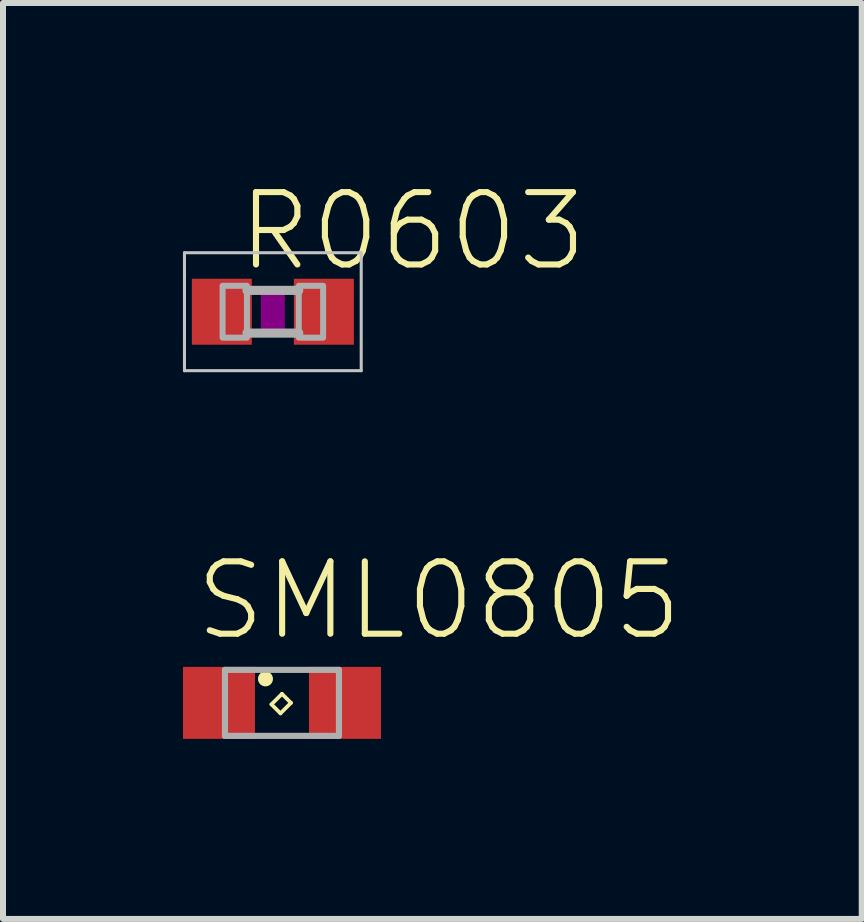
<source format=kicad_pcb>
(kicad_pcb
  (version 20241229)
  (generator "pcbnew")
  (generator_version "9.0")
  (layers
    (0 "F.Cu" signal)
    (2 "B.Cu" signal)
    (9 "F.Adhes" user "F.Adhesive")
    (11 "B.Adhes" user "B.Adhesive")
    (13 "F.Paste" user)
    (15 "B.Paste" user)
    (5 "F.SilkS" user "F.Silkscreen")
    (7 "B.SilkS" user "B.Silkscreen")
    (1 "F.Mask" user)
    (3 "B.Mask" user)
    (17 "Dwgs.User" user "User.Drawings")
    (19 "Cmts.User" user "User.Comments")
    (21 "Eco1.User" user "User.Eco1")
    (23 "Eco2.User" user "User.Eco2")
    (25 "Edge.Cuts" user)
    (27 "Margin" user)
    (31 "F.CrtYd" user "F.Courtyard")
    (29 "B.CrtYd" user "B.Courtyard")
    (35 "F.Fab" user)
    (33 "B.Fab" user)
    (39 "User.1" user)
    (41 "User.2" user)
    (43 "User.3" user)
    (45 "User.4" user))
  (footprint "SML0805"
    (layer "F.Cu")
    (at 1.65 8.666)
    (property "Reference" "SML0805" (at -1.5 -1 0) (layer "F.SilkS") (effects (font (size 1.206 1.206) (thickness 0.102)) (justify left bottom)))
    (attr through_hole)
    (fp_line (start -0.175 0.025) (end 0 -0.15) (stroke (width 0.063) (type solid)) (layer "F.SilkS"))
    (fp_line (start -0.025 0.175) (end -0.175 0.025) (stroke (width 0.063) (type solid)) (layer "F.SilkS"))
    (fp_line (start 0 -0.15) (end 0.15 0) (stroke (width 0.063) (type solid)) (layer "F.SilkS"))
    (fp_line (start 0.15 0) (end -0.025 0.175) (stroke (width 0.063) (type solid)) (layer "F.SilkS"))
    (fp_circle (center -0.275 -0.4) (end -0.15 -0.4) (stroke (width 0) (type solid)) (fill yes) (layer "F.SilkS"))
    (fp_line (start -0.95 -0.55) (end -0.95 0.55) (stroke (width 0.102) (type solid)) (layer "F.Fab"))
    (fp_line (start -0.95 0.55) (end 0.95 0.55) (stroke (width 0.102) (type solid)) (layer "F.Fab"))
    (fp_line (start 0.95 -0.55) (end -0.95 -0.55) (stroke (width 0.102) (type solid)) (layer "F.Fab"))
    (fp_line (start 0.95 0.55) (end 0.95 -0.55) (stroke (width 0.102) (type solid)) (layer "F.Fab"))
    (pad "A" smd rect (at 1.05 0) (size 1.2 1.2) (layers "F.Cu" "F.Mask" "F.Paste"))
    (pad "C" smd rect (at -1.05 0) (size 1.2 1.2) (layers "F.Cu" "F.Mask" "F.Paste")))
  (footprint "R0603"
    (layer "F.Cu")
    (at 1.498 2.146)
    (property "Reference" "R0603" (at -0.635 -0.635 0) (layer "F.SilkS") (effects (font (size 1.206 1.206) (thickness 0.102)) (justify left bottom)))
    (attr through_hole)
    (fp_poly (pts (xy -0.2 0.4) (xy 0.2 0.4) (xy 0.2 -0.4) (xy -0.2 -0.4)) (stroke (width 0) (type solid)) (fill yes) (layer "F.Adhes"))
    (fp_line (start -1.473 -0.983) (end 1.473 -0.983) (stroke (width 0.051) (type solid)) (layer "Dwgs.User"))
    (fp_line (start -1.473 0.983) (end -1.473 -0.983) (stroke (width 0.051) (type solid)) (layer "Dwgs.User"))
    (fp_line (start 1.473 -0.983) (end 1.473 0.983) (stroke (width 0.051) (type solid)) (layer "Dwgs.User"))
    (fp_line (start 1.473 0.983) (end -1.473 0.983) (stroke (width 0.051) (type solid)) (layer "Dwgs.User"))
    (fp_line (start -0.432 0.356) (end 0.432 0.356) (stroke (width 0.152) (type solid)) (layer "F.Fab"))
    (fp_line (start 0.432 -0.356) (end -0.432 -0.356) (stroke (width 0.152) (type solid)) (layer "F.Fab"))
    (fp_poly (pts (xy -0.838 0.432) (xy -0.432 0.432) (xy -0.432 -0.432) (xy -0.838 -0.432)) (stroke (width 0.1) (type solid)) (fill no) (layer "F.Fab"))
    (fp_poly (pts (xy 0.432 0.432) (xy 0.838 0.432) (xy 0.838 -0.432) (xy 0.432 -0.432)) (stroke (width 0.1) (type solid)) (fill no) (layer "F.Fab"))
    (pad "1" smd rect (at -0.85 0) (size 1 1.1) (layers "F.Cu" "F.Mask" "F.Paste"))
    (pad "2" smd rect (at 0.85 0) (size 1 1.1) (layers "F.Cu" "F.Mask" "F.Paste")))
  (gr_rect
    (start -3 -3)
    (end 11.314 12.267)
    (stroke (width 0.1) (type default))
    (fill no)
    (layer "Edge.Cuts")))
</source>
